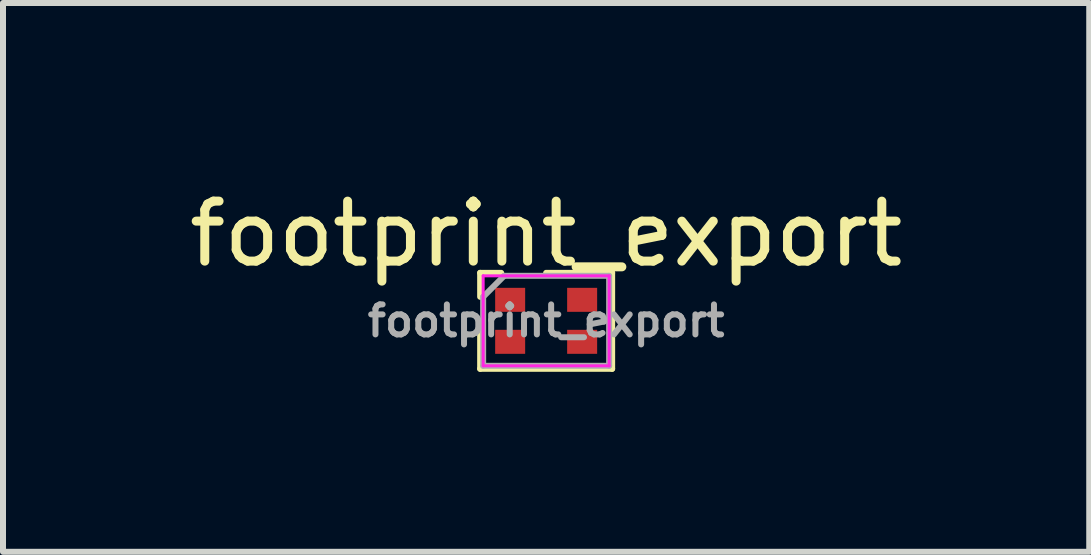
<source format=kicad_pcb>
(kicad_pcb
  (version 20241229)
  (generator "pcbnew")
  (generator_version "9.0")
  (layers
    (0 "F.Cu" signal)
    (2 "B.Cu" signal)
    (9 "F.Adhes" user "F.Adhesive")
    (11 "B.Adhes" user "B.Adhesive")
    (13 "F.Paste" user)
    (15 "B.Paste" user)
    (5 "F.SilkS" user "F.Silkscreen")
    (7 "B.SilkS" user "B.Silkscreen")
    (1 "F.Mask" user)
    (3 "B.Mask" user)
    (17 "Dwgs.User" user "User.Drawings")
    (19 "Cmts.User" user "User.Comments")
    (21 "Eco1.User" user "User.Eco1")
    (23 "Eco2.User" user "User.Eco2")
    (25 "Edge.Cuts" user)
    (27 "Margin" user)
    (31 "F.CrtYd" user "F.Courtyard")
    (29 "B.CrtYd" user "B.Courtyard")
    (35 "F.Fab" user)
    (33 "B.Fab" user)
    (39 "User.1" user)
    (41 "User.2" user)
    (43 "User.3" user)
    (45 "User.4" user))
  (footprint "footprint_export"
    (layer "F.Cu")
    (at 6.054 2.298)
    (property "Reference" "footprint_export" (at 0 -1.45 0) (unlocked yes) (layer "F.SilkS") (effects (font (size 1 1) (thickness 0.15))))
    (attr smd)
    (fp_line (start -1.1 -0.8) (end -0.75 -0.8) (stroke (width 0.1) (type solid)) (layer "F.SilkS"))
    (fp_line (start -1.1 -0.4) (end -1.1 -0.8) (stroke (width 0.1) (type solid)) (layer "F.SilkS"))
    (fp_line (start -1.1 0.8) (end -1.1 0) (stroke (width 0.1) (type solid)) (layer "F.SilkS"))
    (fp_line (start 1.1 -0.8) (end 0 -0.8) (stroke (width 0.1) (type solid)) (layer "F.SilkS"))
    (fp_line (start 1.1 -0.8) (end 1.1 0.8) (stroke (width 0.1) (type solid)) (layer "F.SilkS"))
    (fp_line (start 1.1 0.8) (end -1.1 0.8) (stroke (width 0.1) (type solid)) (layer "F.SilkS"))
    (fp_line (start -1.05 -0.75) (end 1.05 -0.75) (stroke (width 0.05) (type solid)) (layer "F.CrtYd"))
    (fp_line (start -1.05 0.75) (end -1.05 -0.75) (stroke (width 0.05) (type solid)) (layer "F.CrtYd"))
    (fp_line (start 1.05 -0.75) (end 1.05 0.75) (stroke (width 0.05) (type solid)) (layer "F.CrtYd"))
    (fp_line (start 1.05 0.75) (end -1.05 0.75) (stroke (width 0.05) (type solid)) (layer "F.CrtYd"))
    (fp_line (start -1.05 -0.4) (end -0.7 -0.75) (stroke (width 0.1) (type solid)) (layer "F.Fab"))
    (fp_line (start -1.05 0.75) (end -1.05 -0.4) (stroke (width 0.1) (type solid)) (layer "F.Fab"))
    (fp_line (start -0.7 -0.75) (end 1.05 -0.75) (stroke (width 0.1) (type solid)) (layer "F.Fab"))
    (fp_line (start 1.05 -0.75) (end 1.05 0.75) (stroke (width 0.1) (type solid)) (layer "F.Fab"))
    (fp_line (start 1.05 0.75) (end -1.05 0.75) (stroke (width 0.1) (type solid)) (layer "F.Fab"))
    (fp_text user "${REFERENCE}" (at 0 0 0) (unlocked yes) (layer "F.Fab") (effects (font (size 0.5 0.5) (thickness 0.1))))
    (pad "1" smd rect (at -0.6 -0.35 90) (size 0.4 0.5) (layers "F.Cu" "F.Mask" "F.Paste"))
    (pad "2" smd rect (at -0.6 0.35 90) (size 0.4 0.5) (layers "F.Cu" "F.Mask" "F.Paste"))
    (pad "3" smd rect (at 0.6 -0.35 90) (size 0.4 0.5) (layers "F.Cu" "F.Mask" "F.Paste"))
    (pad "4" smd rect (at 0.6 0.35 90) (size 0.4 0.5) (layers "F.Cu" "F.Mask" "F.Paste")))
  (gr_rect
    (start -3 -3)
    (end 15.107 6.148)
    (stroke (width 0.1) (type default))
    (fill no)
    (layer "Edge.Cuts")))
</source>
